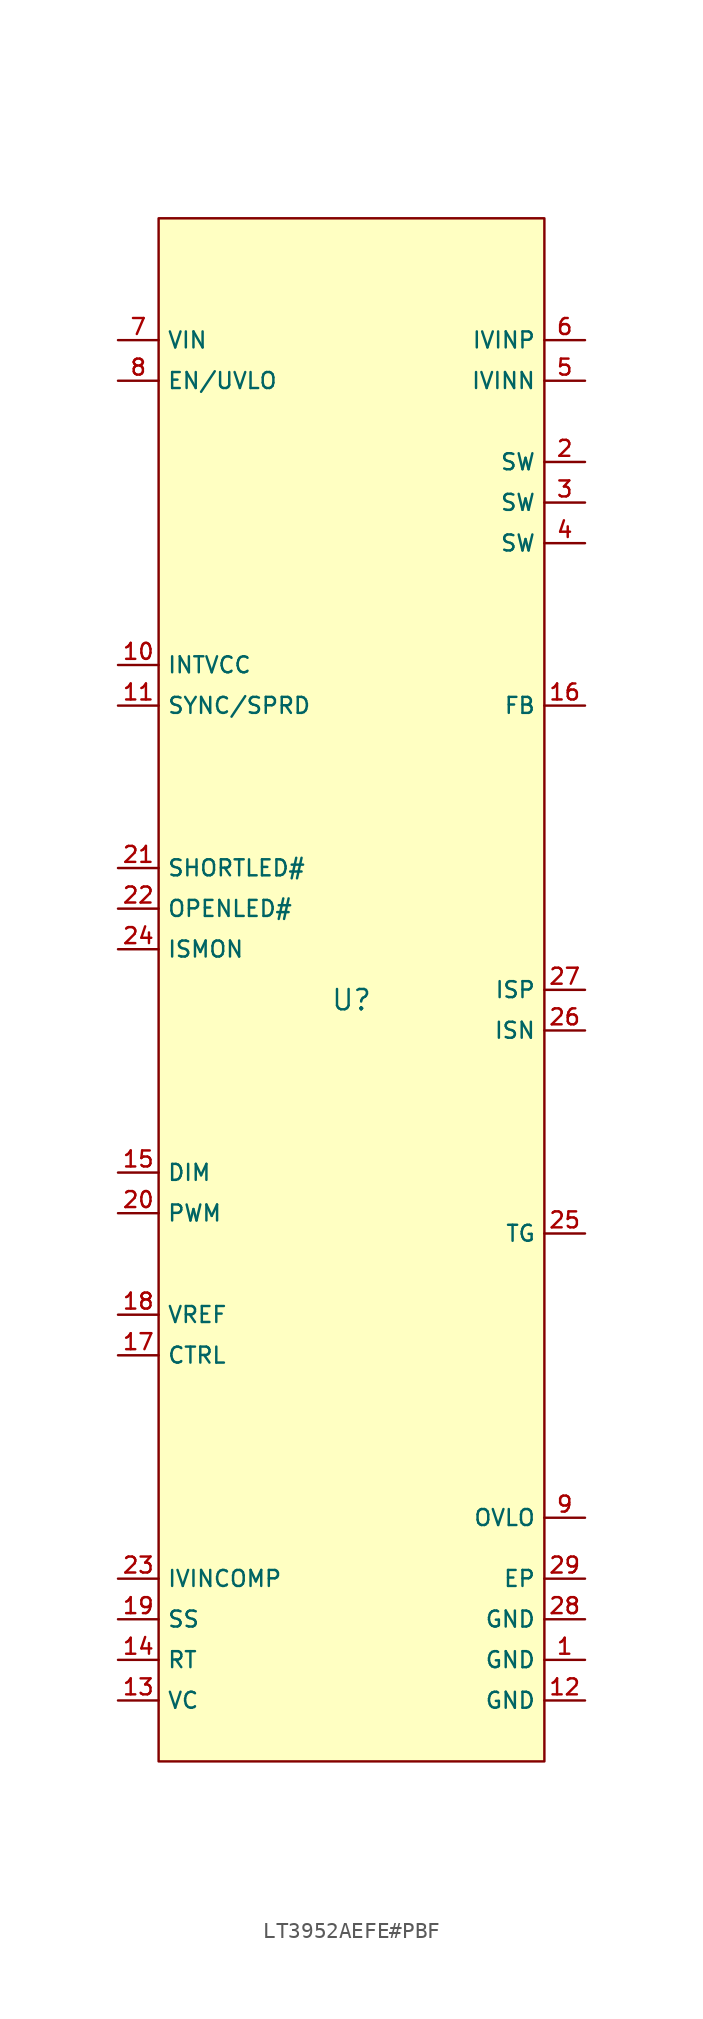
<source format=kicad_sym>
(kicad_symbol_lib
  (version 20220914)
  (generator kicad_symbol_editor)
  (symbol "LT3952AEFE#PBF"
    (property "Reference" "U"
      (at 0 1.27 0)
      (effects (font (size 1.27 1.27))))
    (symbol "LT3952AEFE#PBF_0_1"
      (rectangle (start -12.065 50.165) (end 12.065 -46.355) (stroke (width 0) (type default)) (fill (type background)))
      (pin unspecified line (at 14.605 -40.005 180) (length 2.54) (name "GND" (effects (font (size 1 1)))) (number "1" (effects (font (size 1 1)))))
      (pin unspecified line (at -14.605 22.225 0) (length 2.54) (name "INTVCC" (effects (font (size 1 1)))) (number "10" (effects (font (size 1 1)))))
      (pin unspecified line (at -14.605 19.685 0) (length 2.54) (name "SYNC/SPRD" (effects (font (size 1 1)))) (number "11" (effects (font (size 1 1)))))
      (pin unspecified line (at 14.605 -42.545 180) (length 2.54) (name "GND" (effects (font (size 1 1)))) (number "12" (effects (font (size 1 1)))))
      (pin unspecified line (at -14.605 -42.545 0) (length 2.54) (name "VC" (effects (font (size 1 1)))) (number "13" (effects (font (size 1 1)))))
      (pin unspecified line (at -14.605 -40.005 0) (length 2.54) (name "RT" (effects (font (size 1 1)))) (number "14" (effects (font (size 1 1)))))
      (pin unspecified line (at -14.605 -9.525 0) (length 2.54) (name "DIM" (effects (font (size 1 1)))) (number "15" (effects (font (size 1 1)))))
      (pin unspecified line (at 14.605 19.685 180) (length 2.54) (name "FB" (effects (font (size 1 1)))) (number "16" (effects (font (size 1 1)))))
      (pin unspecified line (at -14.605 -20.955 0) (length 2.54) (name "CTRL" (effects (font (size 1 1)))) (number "17" (effects (font (size 1 1)))))
      (pin unspecified line (at -14.605 -18.415 0) (length 2.54) (name "VREF" (effects (font (size 1 1)))) (number "18" (effects (font (size 1 1)))))
      (pin unspecified line (at -14.605 -37.465 0) (length 2.54) (name "SS" (effects (font (size 1 1)))) (number "19" (effects (font (size 1 1)))))
      (pin unspecified line (at 14.605 34.925 180) (length 2.54) (name "SW" (effects (font (size 1 1)))) (number "2" (effects (font (size 1 1)))))
      (pin unspecified line (at -14.605 -12.065 0) (length 2.54) (name "PWM" (effects (font (size 1 1)))) (number "20" (effects (font (size 1 1)))))
      (pin unspecified line (at -14.605 9.525 0) (length 2.54) (name "SHORTLED#" (effects (font (size 1 1)))) (number "21" (effects (font (size 1 1)))))
      (pin unspecified line (at -14.605 6.985 0) (length 2.54) (name "OPENLED#" (effects (font (size 1 1)))) (number "22" (effects (font (size 1 1)))))
      (pin unspecified line (at -14.605 -34.925 0) (length 2.54) (name "IVINCOMP" (effects (font (size 1 1)))) (number "23" (effects (font (size 1 1)))))
      (pin unspecified line (at -14.605 4.445 0) (length 2.54) (name "ISMON" (effects (font (size 1 1)))) (number "24" (effects (font (size 1 1)))))
      (pin unspecified line (at 14.605 -13.335 180) (length 2.54) (name "TG" (effects (font (size 1 1)))) (number "25" (effects (font (size 1 1)))))
      (pin unspecified line (at 14.605 -0.635 180) (length 2.54) (name "ISN" (effects (font (size 1 1)))) (number "26" (effects (font (size 1 1)))))
      (pin unspecified line (at 14.605 1.905 180) (length 2.54) (name "ISP" (effects (font (size 1 1)))) (number "27" (effects (font (size 1 1)))))
      (pin unspecified line (at 14.605 -37.465 180) (length 2.54) (name "GND" (effects (font (size 1 1)))) (number "28" (effects (font (size 1 1)))))
      (pin unspecified line (at 14.605 -34.925 180) (length 2.54) (name "EP" (effects (font (size 1 1)))) (number "29" (effects (font (size 1 1)))))
      (pin unspecified line (at 14.605 32.385 180) (length 2.54) (name "SW" (effects (font (size 1 1)))) (number "3" (effects (font (size 1 1)))))
      (pin unspecified line (at 14.605 29.845 180) (length 2.54) (name "SW" (effects (font (size 1 1)))) (number "4" (effects (font (size 1 1)))))
      (pin unspecified line (at 14.605 40.005 180) (length 2.54) (name "IVINN" (effects (font (size 1 1)))) (number "5" (effects (font (size 1 1)))))
      (pin unspecified line (at 14.605 42.545 180) (length 2.54) (name "IVINP" (effects (font (size 1 1)))) (number "6" (effects (font (size 1 1)))))
      (pin unspecified line (at -14.605 42.545 0) (length 2.54) (name "VIN" (effects (font (size 1 1)))) (number "7" (effects (font (size 1 1)))))
      (pin unspecified line (at -14.605 40.005 0) (length 2.54) (name "EN/UVLO" (effects (font (size 1 1)))) (number "8" (effects (font (size 1 1)))))
      (pin unspecified line (at 14.605 -31.115 180) (length 2.54) (name "OVLO" (effects (font (size 1 1)))) (number "9" (effects (font (size 1 1))))))))
</source>
